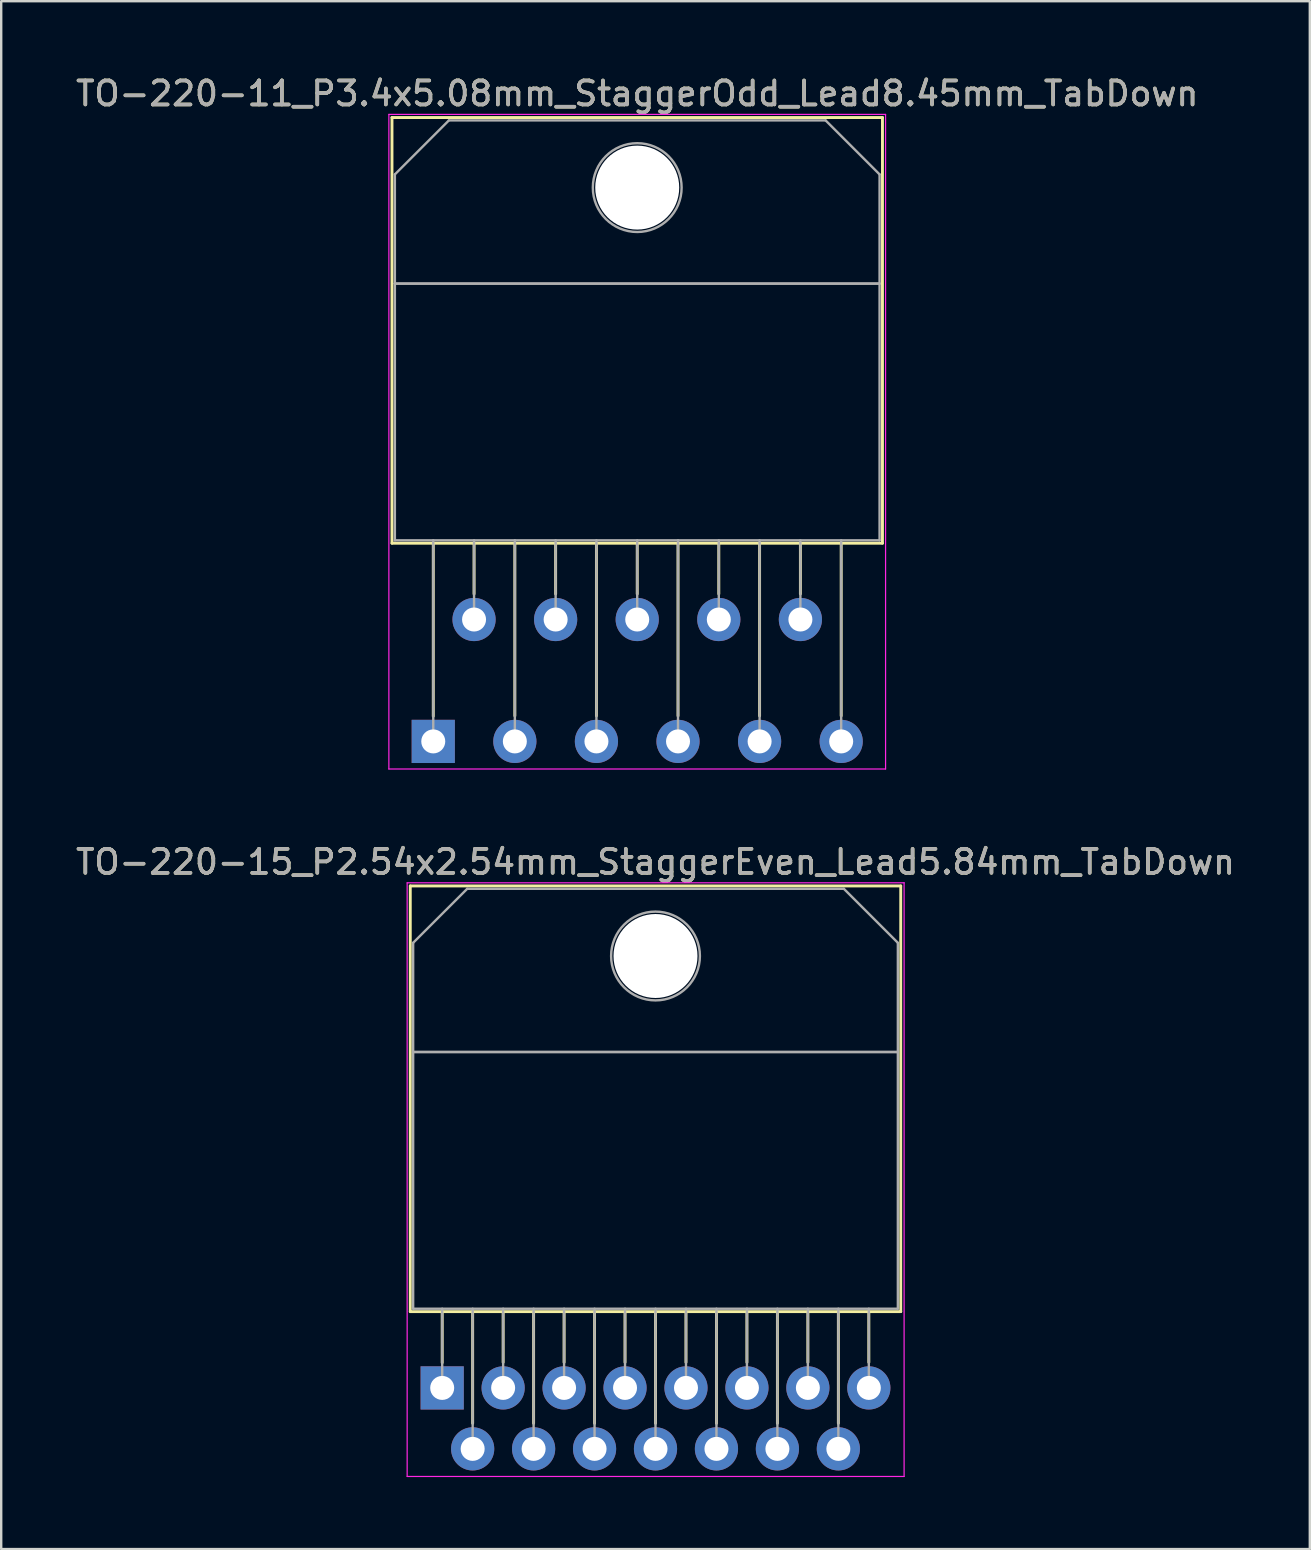
<source format=kicad_pcb>
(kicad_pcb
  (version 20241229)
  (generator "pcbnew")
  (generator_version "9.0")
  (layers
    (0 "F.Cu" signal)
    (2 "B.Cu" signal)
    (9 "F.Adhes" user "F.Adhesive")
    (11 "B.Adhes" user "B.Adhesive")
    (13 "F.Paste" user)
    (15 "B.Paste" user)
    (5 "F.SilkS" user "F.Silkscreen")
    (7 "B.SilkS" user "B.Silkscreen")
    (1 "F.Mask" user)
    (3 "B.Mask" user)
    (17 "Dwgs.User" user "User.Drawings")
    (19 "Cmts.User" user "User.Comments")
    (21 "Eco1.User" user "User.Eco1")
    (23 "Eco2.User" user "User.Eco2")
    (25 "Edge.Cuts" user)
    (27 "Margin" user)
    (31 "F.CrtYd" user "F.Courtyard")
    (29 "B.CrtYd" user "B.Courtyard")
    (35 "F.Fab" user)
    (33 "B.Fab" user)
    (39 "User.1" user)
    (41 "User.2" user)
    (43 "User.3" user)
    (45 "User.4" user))
  (footprint "TO-220-11_P3.4x5.08mm_StaggerOdd_Lead8.45mm_TabDown"
    (layer "F.Cu")
    (at 15.006 27.848)
    (property "Reference" "TO-220-11_P3.4x5.08mm_StaggerOdd_Lead8.45mm_TabDown" (at 8.5 -27 0) (layer "F.SilkS") (effects (font (size 1 1) (thickness 0.15))))
    (attr through_hole)
    (fp_line (start -1.72 -26) (end -1.72 -8.26) (stroke (width 0.12) (type solid)) (layer "F.SilkS"))
    (fp_line (start -1.72 -26) (end 18.72 -26) (stroke (width 0.12) (type solid)) (layer "F.SilkS"))
    (fp_line (start -1.72 -8.26) (end 18.72 -8.26) (stroke (width 0.12) (type solid)) (layer "F.SilkS"))
    (fp_line (start 0 -8.255) (end 0 -1.05) (stroke (width 0.12) (type solid)) (layer "F.SilkS"))
    (fp_line (start 1.7 -8.26) (end 1.7 -6.146) (stroke (width 0.12) (type solid)) (layer "F.SilkS"))
    (fp_line (start 3.4 -8.255) (end 3.4 -1.065) (stroke (width 0.12) (type solid)) (layer "F.SilkS"))
    (fp_line (start 5.1 -8.26) (end 5.1 -6.146) (stroke (width 0.12) (type solid)) (layer "F.SilkS"))
    (fp_line (start 6.8 -8.255) (end 6.8 -1.065) (stroke (width 0.12) (type solid)) (layer "F.SilkS"))
    (fp_line (start 8.5 -8.26) (end 8.5 -6.146) (stroke (width 0.12) (type solid)) (layer "F.SilkS"))
    (fp_line (start 10.2 -8.255) (end 10.2 -1.065) (stroke (width 0.12) (type solid)) (layer "F.SilkS"))
    (fp_line (start 11.9 -8.26) (end 11.9 -6.146) (stroke (width 0.12) (type solid)) (layer "F.SilkS"))
    (fp_line (start 13.6 -8.255) (end 13.6 -1.065) (stroke (width 0.12) (type solid)) (layer "F.SilkS"))
    (fp_line (start 15.3 -8.26) (end 15.3 -6.146) (stroke (width 0.12) (type solid)) (layer "F.SilkS"))
    (fp_line (start 17 -8.255) (end 17 -1.065) (stroke (width 0.12) (type solid)) (layer "F.SilkS"))
    (fp_line (start 18.72 -26) (end 18.72 -8.26) (stroke (width 0.12) (type solid)) (layer "F.SilkS"))
    (fp_line (start -1.85 -26.13) (end -1.85 1.15) (stroke (width 0.05) (type solid)) (layer "F.CrtYd"))
    (fp_line (start -1.85 1.15) (end 18.85 1.15) (stroke (width 0.05) (type solid)) (layer "F.CrtYd"))
    (fp_line (start 18.85 -26.13) (end -1.85 -26.13) (stroke (width 0.05) (type solid)) (layer "F.CrtYd"))
    (fp_line (start 18.85 1.15) (end 18.85 -26.13) (stroke (width 0.05) (type solid)) (layer "F.CrtYd"))
    (fp_line (start -1.6 -23.63) (end 0.651 -25.88) (stroke (width 0.1) (type solid)) (layer "F.Fab"))
    (fp_line (start -1.6 -19.08) (end -1.6 -23.63) (stroke (width 0.1) (type solid)) (layer "F.Fab"))
    (fp_line (start -1.6 -19.08) (end 18.6 -19.08) (stroke (width 0.1) (type solid)) (layer "F.Fab"))
    (fp_line (start -1.6 -8.38) (end -1.6 -19.08) (stroke (width 0.1) (type solid)) (layer "F.Fab"))
    (fp_line (start 0 -8.382) (end 0 0) (stroke (width 0.1) (type solid)) (layer "F.Fab"))
    (fp_line (start 0.651 -25.88) (end 16.351 -25.88) (stroke (width 0.1) (type solid)) (layer "F.Fab"))
    (fp_line (start 1.7 -8.38) (end 1.7 -5.08) (stroke (width 0.1) (type solid)) (layer "F.Fab"))
    (fp_line (start 3.4 -8.382) (end 3.4 0) (stroke (width 0.1) (type solid)) (layer "F.Fab"))
    (fp_line (start 5.1 -8.38) (end 5.1 -5.08) (stroke (width 0.1) (type solid)) (layer "F.Fab"))
    (fp_line (start 6.8 -8.382) (end 6.8 0) (stroke (width 0.1) (type solid)) (layer "F.Fab"))
    (fp_line (start 8.5 -8.38) (end 8.5 -5.08) (stroke (width 0.1) (type solid)) (layer "F.Fab"))
    (fp_line (start 10.2 -8.382) (end 10.2 0) (stroke (width 0.1) (type solid)) (layer "F.Fab"))
    (fp_line (start 11.9 -8.38) (end 11.9 -5.08) (stroke (width 0.1) (type solid)) (layer "F.Fab"))
    (fp_line (start 13.6 -8.382) (end 13.6 0) (stroke (width 0.1) (type solid)) (layer "F.Fab"))
    (fp_line (start 15.3 -8.38) (end 15.3 -5.08) (stroke (width 0.1) (type solid)) (layer "F.Fab"))
    (fp_line (start 16.351 -25.88) (end 18.6 -23.63) (stroke (width 0.1) (type solid)) (layer "F.Fab"))
    (fp_line (start 17 -8.382) (end 17 0) (stroke (width 0.1) (type solid)) (layer "F.Fab"))
    (fp_line (start 18.6 -23.63) (end 18.6 -19.08) (stroke (width 0.1) (type solid)) (layer "F.Fab"))
    (fp_line (start 18.6 -19.08) (end -1.6 -19.08) (stroke (width 0.1) (type solid)) (layer "F.Fab"))
    (fp_line (start 18.6 -19.08) (end 18.6 -8.38) (stroke (width 0.1) (type solid)) (layer "F.Fab"))
    (fp_line (start 18.6 -8.38) (end -1.6 -8.38) (stroke (width 0.1) (type solid)) (layer "F.Fab"))
    (fp_circle (center 8.5 -23.08) (end 10.35 -23.08) (stroke (width 0.1) (type solid)) (fill no) (layer "F.Fab"))
    (fp_text user "${REFERENCE}" (at 8.5 -27 0) (layer "F.Fab") (effects (font (size 1 1) (thickness 0.15))))
    (pad "" np_thru_hole oval (at 8.5 -23.08) (size 3.5 3.5) (drill 3.5) (layers "*.Cu" "*.Mask"))
    (pad "1" thru_hole rect (at 0 0) (size 1.8 1.8) (drill 1) (layers "*.Cu" "*.Mask"))
    (pad "2" thru_hole oval (at 1.7 -5.08) (size 1.8 1.8) (drill 1) (layers "*.Cu" "*.Mask"))
    (pad "3" thru_hole oval (at 3.4 0) (size 1.8 1.8) (drill 1) (layers "*.Cu" "*.Mask"))
    (pad "4" thru_hole oval (at 5.1 -5.08) (size 1.8 1.8) (drill 1) (layers "*.Cu" "*.Mask"))
    (pad "5" thru_hole oval (at 6.8 0) (size 1.8 1.8) (drill 1) (layers "*.Cu" "*.Mask"))
    (pad "6" thru_hole oval (at 8.5 -5.08) (size 1.8 1.8) (drill 1) (layers "*.Cu" "*.Mask"))
    (pad "7" thru_hole oval (at 10.2 0) (size 1.8 1.8) (drill 1) (layers "*.Cu" "*.Mask"))
    (pad "8" thru_hole oval (at 11.9 -5.08) (size 1.8 1.8) (drill 1) (layers "*.Cu" "*.Mask"))
    (pad "9" thru_hole oval (at 13.6 0) (size 1.8 1.8) (drill 1) (layers "*.Cu" "*.Mask"))
    (pad "10" thru_hole oval (at 15.3 -5.08) (size 1.8 1.8) (drill 1) (layers "*.Cu" "*.Mask"))
    (pad "11" thru_hole oval (at 17 0) (size 1.8 1.8) (drill 1) (layers "*.Cu" "*.Mask")))
  (footprint "TO-220-15_P2.54x2.54mm_StaggerEven_Lead5.84mm_TabDown"
    (layer "F.Cu")
    (at 15.378 54.791)
    (property "Reference" "TO-220-15_P2.54x2.54mm_StaggerEven_Lead5.84mm_TabDown" (at 8.89 -21.92 0) (layer "F.SilkS") (effects (font (size 1 1) (thickness 0.15))))
    (attr through_hole)
    (fp_line (start -1.33 -20.92) (end -1.33 -3.18) (stroke (width 0.12) (type solid)) (layer "F.SilkS"))
    (fp_line (start -1.33 -20.92) (end 19.11 -20.92) (stroke (width 0.12) (type solid)) (layer "F.SilkS"))
    (fp_line (start -1.33 -3.18) (end 19.11 -3.18) (stroke (width 0.12) (type solid)) (layer "F.SilkS"))
    (fp_line (start 0 -3.18) (end 0 -1.05) (stroke (width 0.12) (type solid)) (layer "F.SilkS"))
    (fp_line (start 1.27 -3.18) (end 1.27 1.475) (stroke (width 0.12) (type solid)) (layer "F.SilkS"))
    (fp_line (start 2.54 -3.18) (end 2.54 -1.066) (stroke (width 0.12) (type solid)) (layer "F.SilkS"))
    (fp_line (start 3.81 -3.18) (end 3.81 1.475) (stroke (width 0.12) (type solid)) (layer "F.SilkS"))
    (fp_line (start 5.08 -3.18) (end 5.08 -1.066) (stroke (width 0.12) (type solid)) (layer "F.SilkS"))
    (fp_line (start 6.35 -3.18) (end 6.35 1.475) (stroke (width 0.12) (type solid)) (layer "F.SilkS"))
    (fp_line (start 7.62 -3.18) (end 7.62 -1.066) (stroke (width 0.12) (type solid)) (layer "F.SilkS"))
    (fp_line (start 8.89 -3.18) (end 8.89 1.475) (stroke (width 0.12) (type solid)) (layer "F.SilkS"))
    (fp_line (start 10.16 -3.18) (end 10.16 -1.066) (stroke (width 0.12) (type solid)) (layer "F.SilkS"))
    (fp_line (start 11.43 -3.18) (end 11.43 1.475) (stroke (width 0.12) (type solid)) (layer "F.SilkS"))
    (fp_line (start 12.7 -3.18) (end 12.7 -1.066) (stroke (width 0.12) (type solid)) (layer "F.SilkS"))
    (fp_line (start 13.97 -3.18) (end 13.97 1.475) (stroke (width 0.12) (type solid)) (layer "F.SilkS"))
    (fp_line (start 15.24 -3.18) (end 15.24 -1.066) (stroke (width 0.12) (type solid)) (layer "F.SilkS"))
    (fp_line (start 16.51 -3.18) (end 16.51 1.475) (stroke (width 0.12) (type solid)) (layer "F.SilkS"))
    (fp_line (start 17.78 -3.18) (end 17.78 -1.066) (stroke (width 0.12) (type solid)) (layer "F.SilkS"))
    (fp_line (start 19.11 -20.92) (end 19.11 -3.18) (stroke (width 0.12) (type solid)) (layer "F.SilkS"))
    (fp_line (start -1.46 -21.05) (end -1.46 3.69) (stroke (width 0.05) (type solid)) (layer "F.CrtYd"))
    (fp_line (start -1.46 3.69) (end 19.25 3.69) (stroke (width 0.05) (type solid)) (layer "F.CrtYd"))
    (fp_line (start 19.25 -21.05) (end -1.46 -21.05) (stroke (width 0.05) (type solid)) (layer "F.CrtYd"))
    (fp_line (start 19.25 3.69) (end 19.25 -21.05) (stroke (width 0.05) (type solid)) (layer "F.CrtYd"))
    (fp_line (start -1.21 -18.55) (end 1.041 -20.8) (stroke (width 0.1) (type solid)) (layer "F.Fab"))
    (fp_line (start -1.21 -14) (end -1.21 -18.55) (stroke (width 0.1) (type solid)) (layer "F.Fab"))
    (fp_line (start -1.21 -14) (end 18.99 -14) (stroke (width 0.1) (type solid)) (layer "F.Fab"))
    (fp_line (start -1.21 -3.3) (end -1.21 -14) (stroke (width 0.1) (type solid)) (layer "F.Fab"))
    (fp_line (start 0 -3.3) (end 0 0) (stroke (width 0.1) (type solid)) (layer "F.Fab"))
    (fp_line (start 1.041 -20.8) (end 16.74 -20.8) (stroke (width 0.1) (type solid)) (layer "F.Fab"))
    (fp_line (start 1.27 -3.3) (end 1.27 2.54) (stroke (width 0.1) (type solid)) (layer "F.Fab"))
    (fp_line (start 2.54 -3.3) (end 2.54 0) (stroke (width 0.1) (type solid)) (layer "F.Fab"))
    (fp_line (start 3.81 -3.3) (end 3.81 2.54) (stroke (width 0.1) (type solid)) (layer "F.Fab"))
    (fp_line (start 5.08 -3.3) (end 5.08 0) (stroke (width 0.1) (type solid)) (layer "F.Fab"))
    (fp_line (start 6.35 -3.3) (end 6.35 2.54) (stroke (width 0.1) (type solid)) (layer "F.Fab"))
    (fp_line (start 7.62 -3.3) (end 7.62 0) (stroke (width 0.1) (type solid)) (layer "F.Fab"))
    (fp_line (start 8.89 -3.3) (end 8.89 2.54) (stroke (width 0.1) (type solid)) (layer "F.Fab"))
    (fp_line (start 10.16 -3.3) (end 10.16 0) (stroke (width 0.1) (type solid)) (layer "F.Fab"))
    (fp_line (start 11.43 -3.3) (end 11.43 2.54) (stroke (width 0.1) (type solid)) (layer "F.Fab"))
    (fp_line (start 12.7 -3.3) (end 12.7 0) (stroke (width 0.1) (type solid)) (layer "F.Fab"))
    (fp_line (start 13.97 -3.3) (end 13.97 2.54) (stroke (width 0.1) (type solid)) (layer "F.Fab"))
    (fp_line (start 15.24 -3.3) (end 15.24 0) (stroke (width 0.1) (type solid)) (layer "F.Fab"))
    (fp_line (start 16.51 -3.3) (end 16.51 2.54) (stroke (width 0.1) (type solid)) (layer "F.Fab"))
    (fp_line (start 16.74 -20.8) (end 18.99 -18.55) (stroke (width 0.1) (type solid)) (layer "F.Fab"))
    (fp_line (start 17.78 -3.3) (end 17.78 0) (stroke (width 0.1) (type solid)) (layer "F.Fab"))
    (fp_line (start 18.99 -18.55) (end 18.99 -14) (stroke (width 0.1) (type solid)) (layer "F.Fab"))
    (fp_line (start 18.99 -14) (end -1.21 -14) (stroke (width 0.1) (type solid)) (layer "F.Fab"))
    (fp_line (start 18.99 -14) (end 18.99 -3.3) (stroke (width 0.1) (type solid)) (layer "F.Fab"))
    (fp_line (start 18.99 -3.3) (end -1.21 -3.3) (stroke (width 0.1) (type solid)) (layer "F.Fab"))
    (fp_circle (center 8.89 -18) (end 10.74 -18) (stroke (width 0.1) (type solid)) (fill no) (layer "F.Fab"))
    (fp_text user "${REFERENCE}" (at 8.89 -21.92 0) (layer "F.Fab") (effects (font (size 1 1) (thickness 0.15))))
    (pad "" np_thru_hole oval (at 8.89 -18) (size 3.5 3.5) (drill 3.5) (layers "*.Cu" "*.Mask"))
    (pad "1" thru_hole rect (at 0 0) (size 1.8 1.8) (drill 1) (layers "*.Cu" "*.Mask"))
    (pad "2" thru_hole oval (at 1.27 2.54) (size 1.8 1.8) (drill 1) (layers "*.Cu" "*.Mask"))
    (pad "3" thru_hole oval (at 2.54 0) (size 1.8 1.8) (drill 1) (layers "*.Cu" "*.Mask"))
    (pad "4" thru_hole oval (at 3.81 2.54) (size 1.8 1.8) (drill 1) (layers "*.Cu" "*.Mask"))
    (pad "5" thru_hole oval (at 5.08 0) (size 1.8 1.8) (drill 1) (layers "*.Cu" "*.Mask"))
    (pad "6" thru_hole oval (at 6.35 2.54) (size 1.8 1.8) (drill 1) (layers "*.Cu" "*.Mask"))
    (pad "7" thru_hole oval (at 7.62 0) (size 1.8 1.8) (drill 1) (layers "*.Cu" "*.Mask"))
    (pad "8" thru_hole oval (at 8.89 2.54) (size 1.8 1.8) (drill 1) (layers "*.Cu" "*.Mask"))
    (pad "9" thru_hole oval (at 10.16 0) (size 1.8 1.8) (drill 1) (layers "*.Cu" "*.Mask"))
    (pad "10" thru_hole oval (at 11.43 2.54) (size 1.8 1.8) (drill 1) (layers "*.Cu" "*.Mask"))
    (pad "11" thru_hole oval (at 12.7 0) (size 1.8 1.8) (drill 1) (layers "*.Cu" "*.Mask"))
    (pad "12" thru_hole oval (at 13.97 2.54) (size 1.8 1.8) (drill 1) (layers "*.Cu" "*.Mask"))
    (pad "13" thru_hole oval (at 15.24 0) (size 1.8 1.8) (drill 1) (layers "*.Cu" "*.Mask"))
    (pad "14" thru_hole oval (at 16.51 2.54) (size 1.8 1.8) (drill 1) (layers "*.Cu" "*.Mask"))
    (pad "15" thru_hole oval (at 17.78 0) (size 1.8 1.8) (drill 1) (layers "*.Cu" "*.Mask")))
  (gr_rect
    (start -3 -3)
    (end 51.536 61.507)
    (stroke (width 0.1) (type default))
    (fill no)
    (layer "Edge.Cuts")))
</source>
